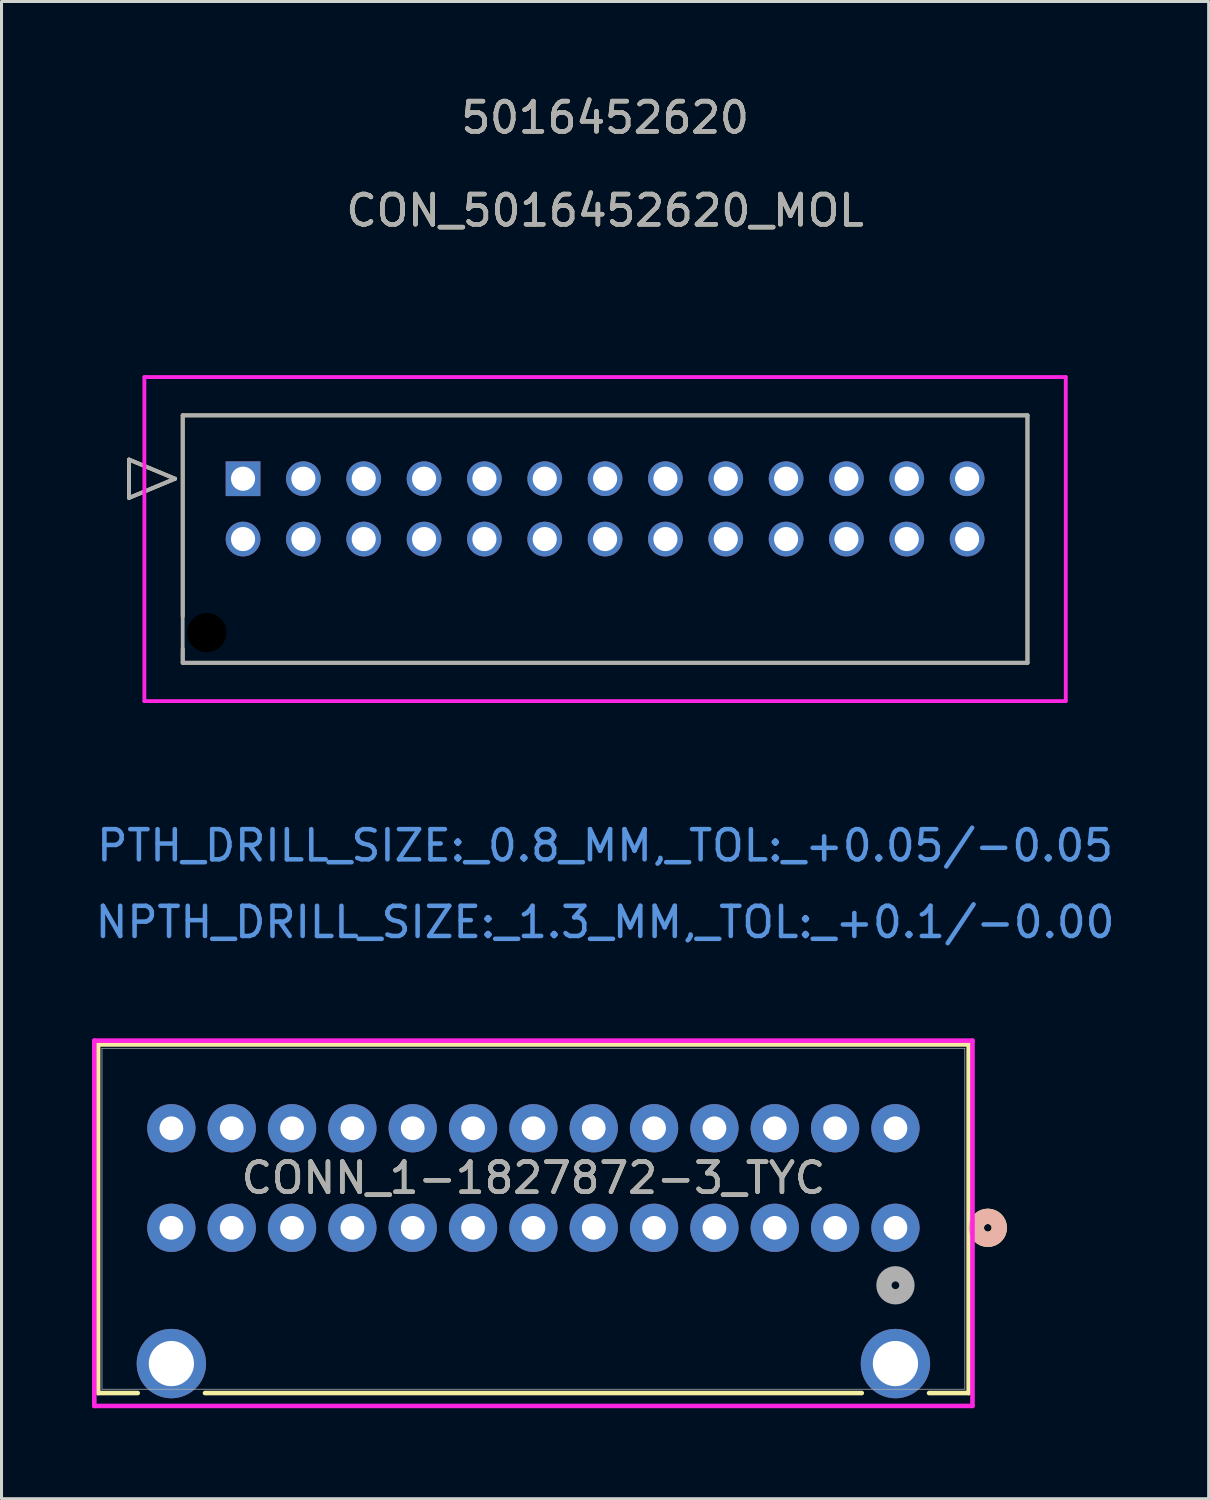
<source format=kicad_pcb>
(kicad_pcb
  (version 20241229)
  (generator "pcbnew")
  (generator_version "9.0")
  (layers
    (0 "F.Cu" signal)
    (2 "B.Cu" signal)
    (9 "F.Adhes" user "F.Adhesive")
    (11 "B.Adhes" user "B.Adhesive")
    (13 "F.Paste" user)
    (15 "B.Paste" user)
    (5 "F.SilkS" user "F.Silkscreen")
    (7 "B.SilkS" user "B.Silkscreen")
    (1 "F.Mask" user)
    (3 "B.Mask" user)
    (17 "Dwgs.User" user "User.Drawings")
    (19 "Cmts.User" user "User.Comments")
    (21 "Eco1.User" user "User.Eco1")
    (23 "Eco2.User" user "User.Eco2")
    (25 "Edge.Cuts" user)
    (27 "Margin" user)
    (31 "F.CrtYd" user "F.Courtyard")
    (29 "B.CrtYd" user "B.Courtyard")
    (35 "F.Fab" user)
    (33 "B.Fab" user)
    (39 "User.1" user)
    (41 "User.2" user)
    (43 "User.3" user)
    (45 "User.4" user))
  (footprint "CON_5016452620_MOL"
    (layer "F.Cu")
    (at 5.006 12.818)
    (property "Reference" "CON_5016452620_MOL" (at 12 -8.89 0) (unlocked yes) (layer "F.SilkS") (effects (font (size 1 1) (thickness 0.15))))
    (attr through_hole)
    (fp_line (start -3.778 -0.635) (end -3.778 0.635) (stroke (width 0.127) (type solid)) (layer "F.SilkS"))
    (fp_line (start -3.778 0.635) (end -2.254 0) (stroke (width 0.127) (type solid)) (layer "F.SilkS"))
    (fp_line (start -2.254 0) (end -3.778 -0.635) (stroke (width 0.127) (type solid)) (layer "F.SilkS"))
    (fp_line (start -2 -2.1) (end -2 4.556) (stroke (width 0.127) (type solid)) (layer "F.SilkS"))
    (fp_line (start -2 5.644) (end -2 6.1) (stroke (width 0.127) (type solid)) (layer "F.SilkS"))
    (fp_line (start -2 6.1) (end 26 6.1) (stroke (width 0.127) (type solid)) (layer "F.SilkS"))
    (fp_line (start 26 -2.1) (end -2 -2.1) (stroke (width 0.127) (type solid)) (layer "F.SilkS"))
    (fp_line (start 26 6.1) (end 26 -2.1) (stroke (width 0.127) (type solid)) (layer "F.SilkS"))
    (fp_line (start -3.27 -3.37) (end -3.27 7.37) (stroke (width 0.127) (type solid)) (layer "F.CrtYd"))
    (fp_line (start -3.27 7.37) (end 27.27 7.37) (stroke (width 0.127) (type solid)) (layer "F.CrtYd"))
    (fp_line (start 27.27 -3.37) (end -3.27 -3.37) (stroke (width 0.127) (type solid)) (layer "F.CrtYd"))
    (fp_line (start 27.27 7.37) (end 27.27 -3.37) (stroke (width 0.127) (type solid)) (layer "F.CrtYd"))
    (fp_line (start -3.778 -0.635) (end -3.778 0.635) (stroke (width 0.127) (type solid)) (layer "F.Fab"))
    (fp_line (start -3.778 0.635) (end -2.254 0) (stroke (width 0.127) (type solid)) (layer "F.Fab"))
    (fp_line (start -2.254 0) (end -3.778 -0.635) (stroke (width 0.127) (type solid)) (layer "F.Fab"))
    (fp_line (start -2 -2.1) (end -2 6.1) (stroke (width 0.127) (type solid)) (layer "F.Fab"))
    (fp_line (start -2 6.1) (end 26 6.1) (stroke (width 0.127) (type solid)) (layer "F.Fab"))
    (fp_line (start 26 -2.1) (end -2 -2.1) (stroke (width 0.127) (type solid)) (layer "F.Fab"))
    (fp_line (start 26 6.1) (end 26 -2.1) (stroke (width 0.127) (type solid)) (layer "F.Fab"))
    (fp_text user "5016452620" (at 12 -11.97 0) (unlocked yes) (layer "F.SilkS") (effects (font (size 1 1) (thickness 0.15))))
    (fp_text user "PTH_DRILL_SIZE:_0.8_MM,_TOL:_+0.05/-0.05" (at 12 12.16 0) (unlocked yes) (layer "Cmts.User") (effects (font (size 1 1) (thickness 0.15))))
    (fp_text user "NPTH_DRILL_SIZE:_1.3_MM,_TOL:_+0.1/-0.00" (at 12 14.7 0) (unlocked yes) (layer "Cmts.User") (effects (font (size 1 1) (thickness 0.15))))
    (fp_text user "5016452620" (at 12 -11.97 0) (unlocked yes) (layer "F.Fab") (effects (font (size 1 1) (thickness 0.15))))
    (fp_text user "${REFERENCE}" (at 12 -8.89 0) (unlocked yes) (layer "F.Fab") (effects (font (size 1 1) (thickness 0.15))))
    (pad "" np_thru_hole circle (at -1.2 5.1) (size 1.3 1.3) (drill 1.3) (layers))
    (pad "1" thru_hole rect (at 0 0) (size 1.15 1.15) (drill 0.8) (layers "*.Cu" "*.Mask"))
    (pad "2" thru_hole circle (at 0 2) (size 1.15 1.15) (drill 0.8) (layers "*.Cu" "*.Mask"))
    (pad "3" thru_hole circle (at 2 0 90) (size 1.15 1.15) (drill 0.8) (layers "*.Cu" "*.Mask"))
    (pad "4" thru_hole circle (at 2 2 90) (size 1.15 1.15) (drill 0.8) (layers "*.Cu" "*.Mask"))
    (pad "5" thru_hole circle (at 4 0 90) (size 1.15 1.15) (drill 0.8) (layers "*.Cu" "*.Mask"))
    (pad "6" thru_hole circle (at 4 2 90) (size 1.15 1.15) (drill 0.8) (layers "*.Cu" "*.Mask"))
    (pad "7" thru_hole circle (at 6 0 90) (size 1.15 1.15) (drill 0.8) (layers "*.Cu" "*.Mask"))
    (pad "8" thru_hole circle (at 6 2 90) (size 1.15 1.15) (drill 0.8) (layers "*.Cu" "*.Mask"))
    (pad "9" thru_hole circle (at 8 0 90) (size 1.15 1.15) (drill 0.8) (layers "*.Cu" "*.Mask"))
    (pad "10" thru_hole circle (at 8 2 90) (size 1.15 1.15) (drill 0.8) (layers "*.Cu" "*.Mask"))
    (pad "11" thru_hole circle (at 10 0 90) (size 1.15 1.15) (drill 0.8) (layers "*.Cu" "*.Mask"))
    (pad "12" thru_hole circle (at 10 2 90) (size 1.15 1.15) (drill 0.8) (layers "*.Cu" "*.Mask"))
    (pad "13" thru_hole circle (at 12 0 90) (size 1.15 1.15) (drill 0.8) (layers "*.Cu" "*.Mask"))
    (pad "14" thru_hole circle (at 12 2 90) (size 1.15 1.15) (drill 0.8) (layers "*.Cu" "*.Mask"))
    (pad "15" thru_hole circle (at 14 0 90) (size 1.15 1.15) (drill 0.8) (layers "*.Cu" "*.Mask"))
    (pad "16" thru_hole circle (at 14 2 90) (size 1.15 1.15) (drill 0.8) (layers "*.Cu" "*.Mask"))
    (pad "17" thru_hole circle (at 16 0 90) (size 1.15 1.15) (drill 0.8) (layers "*.Cu" "*.Mask"))
    (pad "18" thru_hole circle (at 16 2 90) (size 1.15 1.15) (drill 0.8) (layers "*.Cu" "*.Mask"))
    (pad "19" thru_hole circle (at 18 0 90) (size 1.15 1.15) (drill 0.8) (layers "*.Cu" "*.Mask"))
    (pad "20" thru_hole circle (at 18 2 90) (size 1.15 1.15) (drill 0.8) (layers "*.Cu" "*.Mask"))
    (pad "21" thru_hole circle (at 20 0 90) (size 1.15 1.15) (drill 0.8) (layers "*.Cu" "*.Mask"))
    (pad "22" thru_hole circle (at 20 2 90) (size 1.15 1.15) (drill 0.8) (layers "*.Cu" "*.Mask"))
    (pad "23" thru_hole circle (at 22 0 90) (size 1.15 1.15) (drill 0.8) (layers "*.Cu" "*.Mask"))
    (pad "24" thru_hole circle (at 22 2 90) (size 1.15 1.15) (drill 0.8) (layers "*.Cu" "*.Mask"))
    (pad "25" thru_hole circle (at 24 0 90) (size 1.15 1.15) (drill 0.8) (layers "*.Cu" "*.Mask"))
    (pad "26" thru_hole circle (at 24 2 90) (size 1.15 1.15) (drill 0.8) (layers "*.Cu" "*.Mask")))
  (footprint "CONN_1-1827872-3_TYC"
    (layer "F.Cu")
    (at 26.63 37.647)
    (property "Reference" "CONN_1-1827872-3_TYC" (at -12 -1.65 0) (unlocked yes) (layer "F.SilkS") (effects (font (size 1 1) (thickness 0.15))))
    (attr through_hole)
    (fp_line (start -26.427 -6.077) (end -26.427 5.477) (stroke (width 0.152) (type solid)) (layer "F.SilkS"))
    (fp_line (start -26.427 5.477) (end -25.115 5.477) (stroke (width 0.152) (type solid)) (layer "F.SilkS"))
    (fp_line (start -22.885 5.477) (end -1.115 5.477) (stroke (width 0.152) (type solid)) (layer "F.SilkS"))
    (fp_line (start 1.115 5.477) (end 2.427 5.477) (stroke (width 0.152) (type solid)) (layer "F.SilkS"))
    (fp_line (start 2.427 -6.077) (end -26.427 -6.077) (stroke (width 0.152) (type solid)) (layer "F.SilkS"))
    (fp_line (start 2.427 5.477) (end 2.427 -6.077) (stroke (width 0.152) (type solid)) (layer "F.SilkS"))
    (fp_circle (center 3.062 0) (end 3.443 0) (stroke (width 0.508) (type solid)) (fill no) (layer "F.SilkS"))
    (fp_circle (center 3.062 0) (end 3.443 0) (stroke (width 0.508) (type solid)) (fill no) (layer "B.SilkS"))
    (fp_line (start -26.554 -6.204) (end -26.554 5.904) (stroke (width 0.152) (type solid)) (layer "F.CrtYd"))
    (fp_line (start -26.554 5.904) (end 2.554 5.904) (stroke (width 0.152) (type solid)) (layer "F.CrtYd"))
    (fp_line (start 2.554 -6.204) (end -26.554 -6.204) (stroke (width 0.152) (type solid)) (layer "F.CrtYd"))
    (fp_line (start 2.554 5.904) (end 2.554 -6.204) (stroke (width 0.152) (type solid)) (layer "F.CrtYd"))
    (fp_line (start -26.3 -5.95) (end -26.3 5.35) (stroke (width 0.025) (type solid)) (layer "F.Fab"))
    (fp_line (start -26.3 5.35) (end 2.3 5.35) (stroke (width 0.025) (type solid)) (layer "F.Fab"))
    (fp_line (start 2.3 -5.95) (end -26.3 -5.95) (stroke (width 0.025) (type solid)) (layer "F.Fab"))
    (fp_line (start 2.3 5.35) (end 2.3 -5.95) (stroke (width 0.025) (type solid)) (layer "F.Fab"))
    (fp_circle (center 0 1.905) (end 0.381 1.905) (stroke (width 0.508) (type solid)) (fill no) (layer "F.Fab"))
    (fp_text user "${REFERENCE}" (at -12 -1.65 0) (unlocked yes) (layer "F.Fab") (effects (font (size 1 1) (thickness 0.15))))
    (pad "1" thru_hole circle (at 0 0) (size 1.6 1.6) (drill 0.787) (layers "*.Cu" "*.Mask"))
    (pad "2" thru_hole circle (at -2 0) (size 1.6 1.6) (drill 0.787) (layers "*.Cu" "*.Mask"))
    (pad "3" thru_hole circle (at -4 0) (size 1.6 1.6) (drill 0.787) (layers "*.Cu" "*.Mask"))
    (pad "4" thru_hole circle (at -6 0) (size 1.6 1.6) (drill 0.787) (layers "*.Cu" "*.Mask"))
    (pad "5" thru_hole circle (at -8 0) (size 1.6 1.6) (drill 0.787) (layers "*.Cu" "*.Mask"))
    (pad "6" thru_hole circle (at -10 0) (size 1.6 1.6) (drill 0.787) (layers "*.Cu" "*.Mask"))
    (pad "7" thru_hole circle (at -12 0) (size 1.6 1.6) (drill 0.787) (layers "*.Cu" "*.Mask"))
    (pad "8" thru_hole circle (at -14 0) (size 1.6 1.6) (drill 0.787) (layers "*.Cu" "*.Mask"))
    (pad "9" thru_hole circle (at -16 0) (size 1.6 1.6) (drill 0.787) (layers "*.Cu" "*.Mask"))
    (pad "10" thru_hole circle (at -18 0) (size 1.6 1.6) (drill 0.787) (layers "*.Cu" "*.Mask"))
    (pad "11" thru_hole circle (at -20 0) (size 1.6 1.6) (drill 0.787) (layers "*.Cu" "*.Mask"))
    (pad "12" thru_hole circle (at -22 0) (size 1.6 1.6) (drill 0.787) (layers "*.Cu" "*.Mask"))
    (pad "13" thru_hole circle (at -24 0) (size 1.6 1.6) (drill 0.787) (layers "*.Cu" "*.Mask"))
    (pad "14" thru_hole circle (at -24 -3.3) (size 1.6 1.6) (drill 0.787) (layers "*.Cu" "*.Mask"))
    (pad "15" thru_hole circle (at -22 -3.3) (size 1.6 1.6) (drill 0.787) (layers "*.Cu" "*.Mask"))
    (pad "16" thru_hole circle (at -20 -3.3) (size 1.6 1.6) (drill 0.787) (layers "*.Cu" "*.Mask"))
    (pad "17" thru_hole circle (at -18 -3.3) (size 1.6 1.6) (drill 0.787) (layers "*.Cu" "*.Mask"))
    (pad "18" thru_hole circle (at -16 -3.3) (size 1.6 1.6) (drill 0.787) (layers "*.Cu" "*.Mask"))
    (pad "19" thru_hole circle (at -14 -3.3) (size 1.6 1.6) (drill 0.787) (layers "*.Cu" "*.Mask"))
    (pad "20" thru_hole circle (at -12 -3.3) (size 1.6 1.6) (drill 0.787) (layers "*.Cu" "*.Mask"))
    (pad "21" thru_hole circle (at -10 -3.3) (size 1.6 1.6) (drill 0.787) (layers "*.Cu" "*.Mask"))
    (pad "22" thru_hole circle (at -8 -3.3) (size 1.6 1.6) (drill 0.787) (layers "*.Cu" "*.Mask"))
    (pad "23" thru_hole circle (at -6 -3.3) (size 1.6 1.6) (drill 0.787) (layers "*.Cu" "*.Mask"))
    (pad "24" thru_hole circle (at -4 -3.3) (size 1.6 1.6) (drill 0.787) (layers "*.Cu" "*.Mask"))
    (pad "25" thru_hole circle (at -2 -3.3) (size 1.6 1.6) (drill 0.787) (layers "*.Cu" "*.Mask"))
    (pad "26" thru_hole circle (at 0 -3.3) (size 1.6 1.6) (drill 0.787) (layers "*.Cu" "*.Mask"))
    (pad "27" thru_hole circle (at -24 4.5) (size 2.3 2.3) (drill 1.499) (layers "*.Cu" "*.Mask"))
    (pad "28" thru_hole circle (at 0.000002 4.5) (size 2.3 2.3) (drill 1.499) (layers "*.Cu" "*.Mask")))
  (gr_rect
    (start -3 -3)
    (end 37.012 46.627)
    (stroke (width 0.1) (type default))
    (fill no)
    (layer "Edge.Cuts")))
</source>
